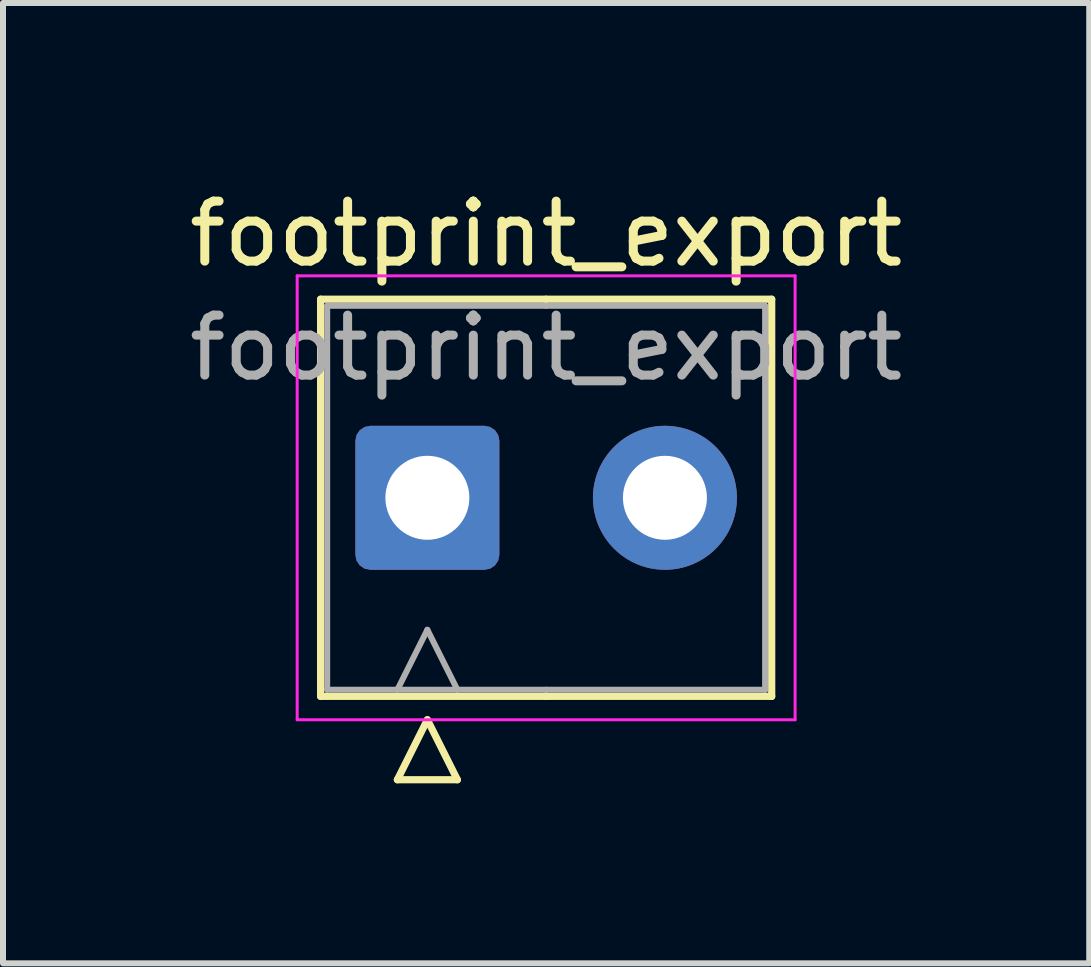
<source format=kicad_pcb>
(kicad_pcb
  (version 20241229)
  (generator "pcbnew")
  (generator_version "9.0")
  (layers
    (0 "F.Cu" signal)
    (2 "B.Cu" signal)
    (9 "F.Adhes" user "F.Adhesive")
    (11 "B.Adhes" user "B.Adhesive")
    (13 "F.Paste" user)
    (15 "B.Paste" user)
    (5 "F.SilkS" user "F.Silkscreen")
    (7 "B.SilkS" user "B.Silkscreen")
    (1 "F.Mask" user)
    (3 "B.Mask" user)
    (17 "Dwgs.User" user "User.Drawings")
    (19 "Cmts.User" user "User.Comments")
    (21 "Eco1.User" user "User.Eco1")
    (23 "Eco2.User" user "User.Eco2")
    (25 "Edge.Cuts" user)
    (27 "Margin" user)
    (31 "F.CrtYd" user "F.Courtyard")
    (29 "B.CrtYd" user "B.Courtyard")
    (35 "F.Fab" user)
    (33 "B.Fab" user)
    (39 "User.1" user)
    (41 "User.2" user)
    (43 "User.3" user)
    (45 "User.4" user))
  (footprint "footprint_export"
    (layer "F.Cu")
    (at 4.074 5.248)
    (property "Reference" "footprint_export" (at 1.98 -4.4 0) (layer "F.SilkS") (effects (font (size 1 1) (thickness 0.15))))
    (attr through_hole)
    (fp_line (start -1.78 -3.31) (end -1.78 3.31) (stroke (width 0.12) (type solid)) (layer "F.SilkS"))
    (fp_line (start -1.78 3.31) (end 1.98 3.31) (stroke (width 0.12) (type solid)) (layer "F.SilkS"))
    (fp_line (start -0.5 4.7) (end 0 3.7) (stroke (width 0.12) (type solid)) (layer "F.SilkS"))
    (fp_line (start 0 3.7) (end 0.5 4.7) (stroke (width 0.12) (type solid)) (layer "F.SilkS"))
    (fp_line (start 0.5 4.7) (end -0.5 4.7) (stroke (width 0.12) (type solid)) (layer "F.SilkS"))
    (fp_line (start 1.98 -3.31) (end -1.78 -3.31) (stroke (width 0.12) (type solid)) (layer "F.SilkS"))
    (fp_line (start 1.98 -3.31) (end 5.74 -3.31) (stroke (width 0.12) (type solid)) (layer "F.SilkS"))
    (fp_line (start 5.74 -3.31) (end 5.74 3.31) (stroke (width 0.12) (type solid)) (layer "F.SilkS"))
    (fp_line (start 5.74 3.31) (end 1.98 3.31) (stroke (width 0.12) (type solid)) (layer "F.SilkS"))
    (fp_line (start -2.17 -3.7) (end -2.17 3.7) (stroke (width 0.05) (type solid)) (layer "F.CrtYd"))
    (fp_line (start -2.17 3.7) (end 6.13 3.7) (stroke (width 0.05) (type solid)) (layer "F.CrtYd"))
    (fp_line (start 6.13 -3.7) (end -2.17 -3.7) (stroke (width 0.05) (type solid)) (layer "F.CrtYd"))
    (fp_line (start 6.13 3.7) (end 6.13 -3.7) (stroke (width 0.05) (type solid)) (layer "F.CrtYd"))
    (fp_line (start -1.67 -3.2) (end -1.67 3.2) (stroke (width 0.1) (type solid)) (layer "F.Fab"))
    (fp_line (start -1.67 3.2) (end 1.98 3.2) (stroke (width 0.1) (type solid)) (layer "F.Fab"))
    (fp_line (start -0.5 3.2) (end 0 2.2) (stroke (width 0.1) (type solid)) (layer "F.Fab"))
    (fp_line (start 0 2.2) (end 0.5 3.2) (stroke (width 0.1) (type solid)) (layer "F.Fab"))
    (fp_line (start 1.98 -3.2) (end -1.67 -3.2) (stroke (width 0.1) (type solid)) (layer "F.Fab"))
    (fp_line (start 1.98 -3.2) (end 5.63 -3.2) (stroke (width 0.1) (type solid)) (layer "F.Fab"))
    (fp_line (start 5.63 -3.2) (end 5.63 3.2) (stroke (width 0.1) (type solid)) (layer "F.Fab"))
    (fp_line (start 5.63 3.2) (end 1.98 3.2) (stroke (width 0.1) (type solid)) (layer "F.Fab"))
    (fp_text user "${REFERENCE}" (at 1.98 -2.5 0) (layer "F.Fab") (effects (font (size 1 1) (thickness 0.15))))
    (pad "1" thru_hole roundrect (at 0 0) (size 2.4 2.4) (drill 1.4) (layers "*.Cu" "*.Mask") (roundrect_rratio 0.104))
    (pad "2" thru_hole circle (at 3.96 0) (size 2.4 2.4) (drill 1.4) (layers "*.Cu" "*.Mask")))
  (gr_rect
    (start -3 -3)
    (end 15.107 13.008)
    (stroke (width 0.1) (type default))
    (fill no)
    (layer "Edge.Cuts")))
</source>
